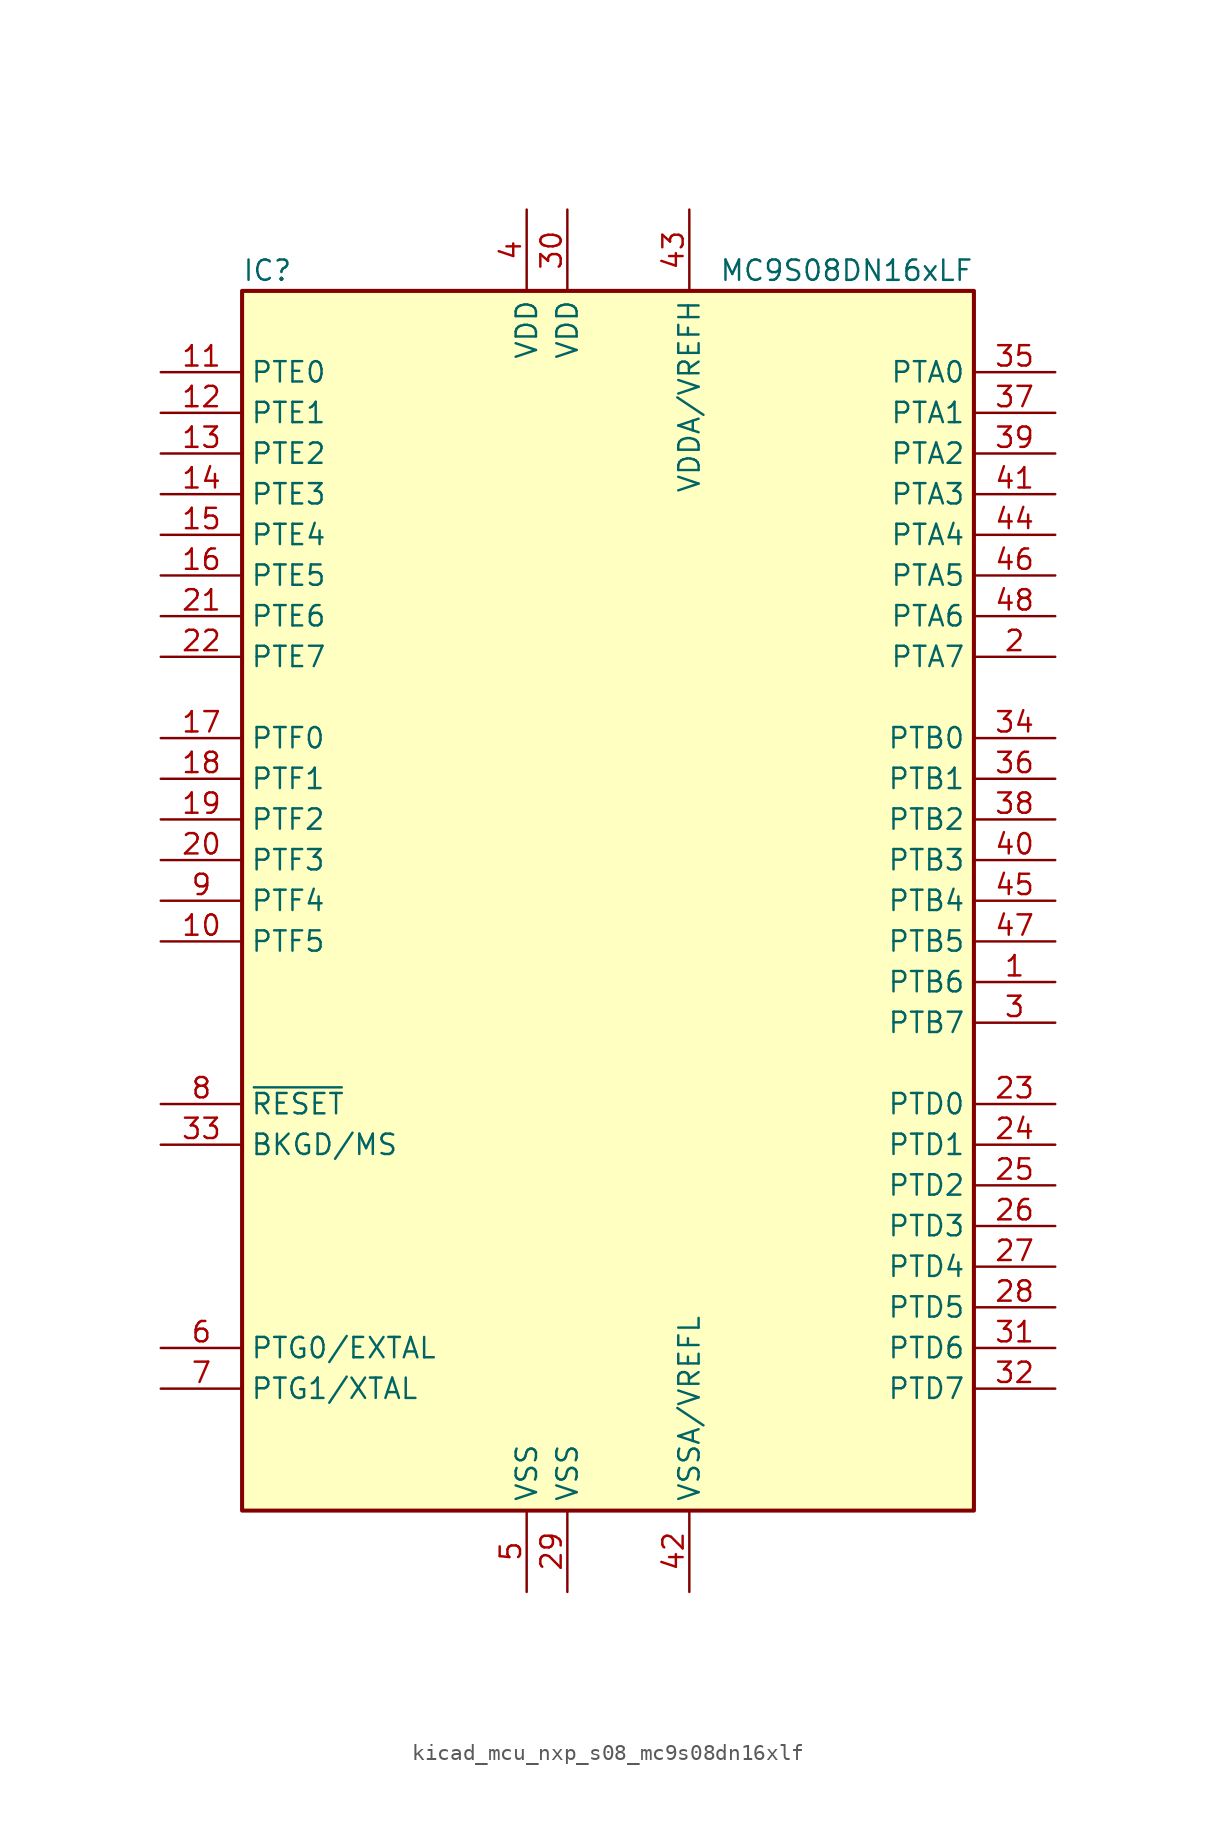
<source format=kicad_sym>
(kicad_symbol_lib
  (version 20220914)
  (generator kicad_symbol_editor)
  (symbol "kicad_mcu_nxp_s08_mc9s08dn16xlf"
    (property "Reference" "IC"
      (at -22.86 39.37 0)
      (effects (font (size 1.27 1.27)) (justify left)))
    (property "Value" "MC9S08DN16xLF"
      (at 22.86 39.37 0)
      (effects (font (size 1.27 1.27)) (justify right)))
    (symbol "kicad_mcu_nxp_s08_mc9s08dn16xlf_0_1"
      (rectangle (start -22.86 38.1) (end 22.86 -38.1) (stroke (width 0.254) (type default)) (fill (type background))))
    (symbol "kicad_mcu_nxp_s08_mc9s08dn16xlf_1_1"
      (pin bidirectional line (at 27.94 -5.08 180) (length 5.08) (name "PTB6" (effects (font (size 1.27 1.27)))) (number "1" (effects (font (size 1.27 1.27)))))
      (pin bidirectional line (at -27.94 -2.54 0) (length 5.08) (name "PTF5" (effects (font (size 1.27 1.27)))) (number "10" (effects (font (size 1.27 1.27)))))
      (pin bidirectional line (at -27.94 33.02 0) (length 5.08) (name "PTE0" (effects (font (size 1.27 1.27)))) (number "11" (effects (font (size 1.27 1.27)))))
      (pin bidirectional line (at -27.94 30.48 0) (length 5.08) (name "PTE1" (effects (font (size 1.27 1.27)))) (number "12" (effects (font (size 1.27 1.27)))))
      (pin bidirectional line (at -27.94 27.94 0) (length 5.08) (name "PTE2" (effects (font (size 1.27 1.27)))) (number "13" (effects (font (size 1.27 1.27)))))
      (pin bidirectional line (at -27.94 25.4 0) (length 5.08) (name "PTE3" (effects (font (size 1.27 1.27)))) (number "14" (effects (font (size 1.27 1.27)))))
      (pin bidirectional line (at -27.94 22.86 0) (length 5.08) (name "PTE4" (effects (font (size 1.27 1.27)))) (number "15" (effects (font (size 1.27 1.27)))))
      (pin bidirectional line (at -27.94 20.32 0) (length 5.08) (name "PTE5" (effects (font (size 1.27 1.27)))) (number "16" (effects (font (size 1.27 1.27)))))
      (pin bidirectional line (at -27.94 10.16 0) (length 5.08) (name "PTF0" (effects (font (size 1.27 1.27)))) (number "17" (effects (font (size 1.27 1.27)))))
      (pin bidirectional line (at -27.94 7.62 0) (length 5.08) (name "PTF1" (effects (font (size 1.27 1.27)))) (number "18" (effects (font (size 1.27 1.27)))))
      (pin bidirectional line (at -27.94 5.08 0) (length 5.08) (name "PTF2" (effects (font (size 1.27 1.27)))) (number "19" (effects (font (size 1.27 1.27)))))
      (pin bidirectional line (at 27.94 15.24 180) (length 5.08) (name "PTA7" (effects (font (size 1.27 1.27)))) (number "2" (effects (font (size 1.27 1.27)))))
      (pin bidirectional line (at -27.94 2.54 0) (length 5.08) (name "PTF3" (effects (font (size 1.27 1.27)))) (number "20" (effects (font (size 1.27 1.27)))))
      (pin bidirectional line (at -27.94 17.78 0) (length 5.08) (name "PTE6" (effects (font (size 1.27 1.27)))) (number "21" (effects (font (size 1.27 1.27)))))
      (pin bidirectional line (at -27.94 15.24 0) (length 5.08) (name "PTE7" (effects (font (size 1.27 1.27)))) (number "22" (effects (font (size 1.27 1.27)))))
      (pin bidirectional line (at 27.94 -12.7 180) (length 5.08) (name "PTD0" (effects (font (size 1.27 1.27)))) (number "23" (effects (font (size 1.27 1.27)))))
      (pin bidirectional line (at 27.94 -15.24 180) (length 5.08) (name "PTD1" (effects (font (size 1.27 1.27)))) (number "24" (effects (font (size 1.27 1.27)))))
      (pin bidirectional line (at 27.94 -17.78 180) (length 5.08) (name "PTD2" (effects (font (size 1.27 1.27)))) (number "25" (effects (font (size 1.27 1.27)))))
      (pin bidirectional line (at 27.94 -20.32 180) (length 5.08) (name "PTD3" (effects (font (size 1.27 1.27)))) (number "26" (effects (font (size 1.27 1.27)))))
      (pin bidirectional line (at 27.94 -22.86 180) (length 5.08) (name "PTD4" (effects (font (size 1.27 1.27)))) (number "27" (effects (font (size 1.27 1.27)))))
      (pin bidirectional line (at 27.94 -25.4 180) (length 5.08) (name "PTD5" (effects (font (size 1.27 1.27)))) (number "28" (effects (font (size 1.27 1.27)))))
      (pin power_in line (at -2.54 -43.18 90) (length 5.08) (name "VSS" (effects (font (size 1.27 1.27)))) (number "29" (effects (font (size 1.27 1.27)))))
      (pin bidirectional line (at 27.94 -7.62 180) (length 5.08) (name "PTB7" (effects (font (size 1.27 1.27)))) (number "3" (effects (font (size 1.27 1.27)))))
      (pin power_in line (at -2.54 43.18 270) (length 5.08) (name "VDD" (effects (font (size 1.27 1.27)))) (number "30" (effects (font (size 1.27 1.27)))))
      (pin bidirectional line (at 27.94 -27.94 180) (length 5.08) (name "PTD6" (effects (font (size 1.27 1.27)))) (number "31" (effects (font (size 1.27 1.27)))))
      (pin bidirectional line (at 27.94 -30.48 180) (length 5.08) (name "PTD7" (effects (font (size 1.27 1.27)))) (number "32" (effects (font (size 1.27 1.27)))))
      (pin bidirectional line (at -27.94 -15.24 0) (length 5.08) (name "BKGD/MS" (effects (font (size 1.27 1.27)))) (number "33" (effects (font (size 1.27 1.27)))))
      (pin bidirectional line (at 27.94 10.16 180) (length 5.08) (name "PTB0" (effects (font (size 1.27 1.27)))) (number "34" (effects (font (size 1.27 1.27)))))
      (pin bidirectional line (at 27.94 33.02 180) (length 5.08) (name "PTA0" (effects (font (size 1.27 1.27)))) (number "35" (effects (font (size 1.27 1.27)))))
      (pin bidirectional line (at 27.94 7.62 180) (length 5.08) (name "PTB1" (effects (font (size 1.27 1.27)))) (number "36" (effects (font (size 1.27 1.27)))))
      (pin bidirectional line (at 27.94 30.48 180) (length 5.08) (name "PTA1" (effects (font (size 1.27 1.27)))) (number "37" (effects (font (size 1.27 1.27)))))
      (pin bidirectional line (at 27.94 5.08 180) (length 5.08) (name "PTB2" (effects (font (size 1.27 1.27)))) (number "38" (effects (font (size 1.27 1.27)))))
      (pin bidirectional line (at 27.94 27.94 180) (length 5.08) (name "PTA2" (effects (font (size 1.27 1.27)))) (number "39" (effects (font (size 1.27 1.27)))))
      (pin power_in line (at -5.08 43.18 270) (length 5.08) (name "VDD" (effects (font (size 1.27 1.27)))) (number "4" (effects (font (size 1.27 1.27)))))
      (pin bidirectional line (at 27.94 2.54 180) (length 5.08) (name "PTB3" (effects (font (size 1.27 1.27)))) (number "40" (effects (font (size 1.27 1.27)))))
      (pin bidirectional line (at 27.94 25.4 180) (length 5.08) (name "PTA3" (effects (font (size 1.27 1.27)))) (number "41" (effects (font (size 1.27 1.27)))))
      (pin power_in line (at 5.08 -43.18 90) (length 5.08) (name "VSSA/VREFL" (effects (font (size 1.27 1.27)))) (number "42" (effects (font (size 1.27 1.27)))))
      (pin power_in line (at 5.08 43.18 270) (length 5.08) (name "VDDA/VREFH" (effects (font (size 1.27 1.27)))) (number "43" (effects (font (size 1.27 1.27)))))
      (pin bidirectional line (at 27.94 22.86 180) (length 5.08) (name "PTA4" (effects (font (size 1.27 1.27)))) (number "44" (effects (font (size 1.27 1.27)))))
      (pin bidirectional line (at 27.94 0 180) (length 5.08) (name "PTB4" (effects (font (size 1.27 1.27)))) (number "45" (effects (font (size 1.27 1.27)))))
      (pin bidirectional line (at 27.94 20.32 180) (length 5.08) (name "PTA5" (effects (font (size 1.27 1.27)))) (number "46" (effects (font (size 1.27 1.27)))))
      (pin bidirectional line (at 27.94 -2.54 180) (length 5.08) (name "PTB5" (effects (font (size 1.27 1.27)))) (number "47" (effects (font (size 1.27 1.27)))))
      (pin bidirectional line (at 27.94 17.78 180) (length 5.08) (name "PTA6" (effects (font (size 1.27 1.27)))) (number "48" (effects (font (size 1.27 1.27)))))
      (pin power_in line (at -5.08 -43.18 90) (length 5.08) (name "VSS" (effects (font (size 1.27 1.27)))) (number "5" (effects (font (size 1.27 1.27)))))
      (pin bidirectional line (at -27.94 -27.94 0) (length 5.08) (name "PTG0/EXTAL" (effects (font (size 1.27 1.27)))) (number "6" (effects (font (size 1.27 1.27)))))
      (pin bidirectional line (at -27.94 -30.48 0) (length 5.08) (name "PTG1/XTAL" (effects (font (size 1.27 1.27)))) (number "7" (effects (font (size 1.27 1.27)))))
      (pin input line (at -27.94 -12.7 0) (length 5.08) (name "~{RESET}" (effects (font (size 1.27 1.27)))) (number "8" (effects (font (size 1.27 1.27)))))
      (pin bidirectional line (at -27.94 0 0) (length 5.08) (name "PTF4" (effects (font (size 1.27 1.27)))) (number "9" (effects (font (size 1.27 1.27))))))))
</source>
